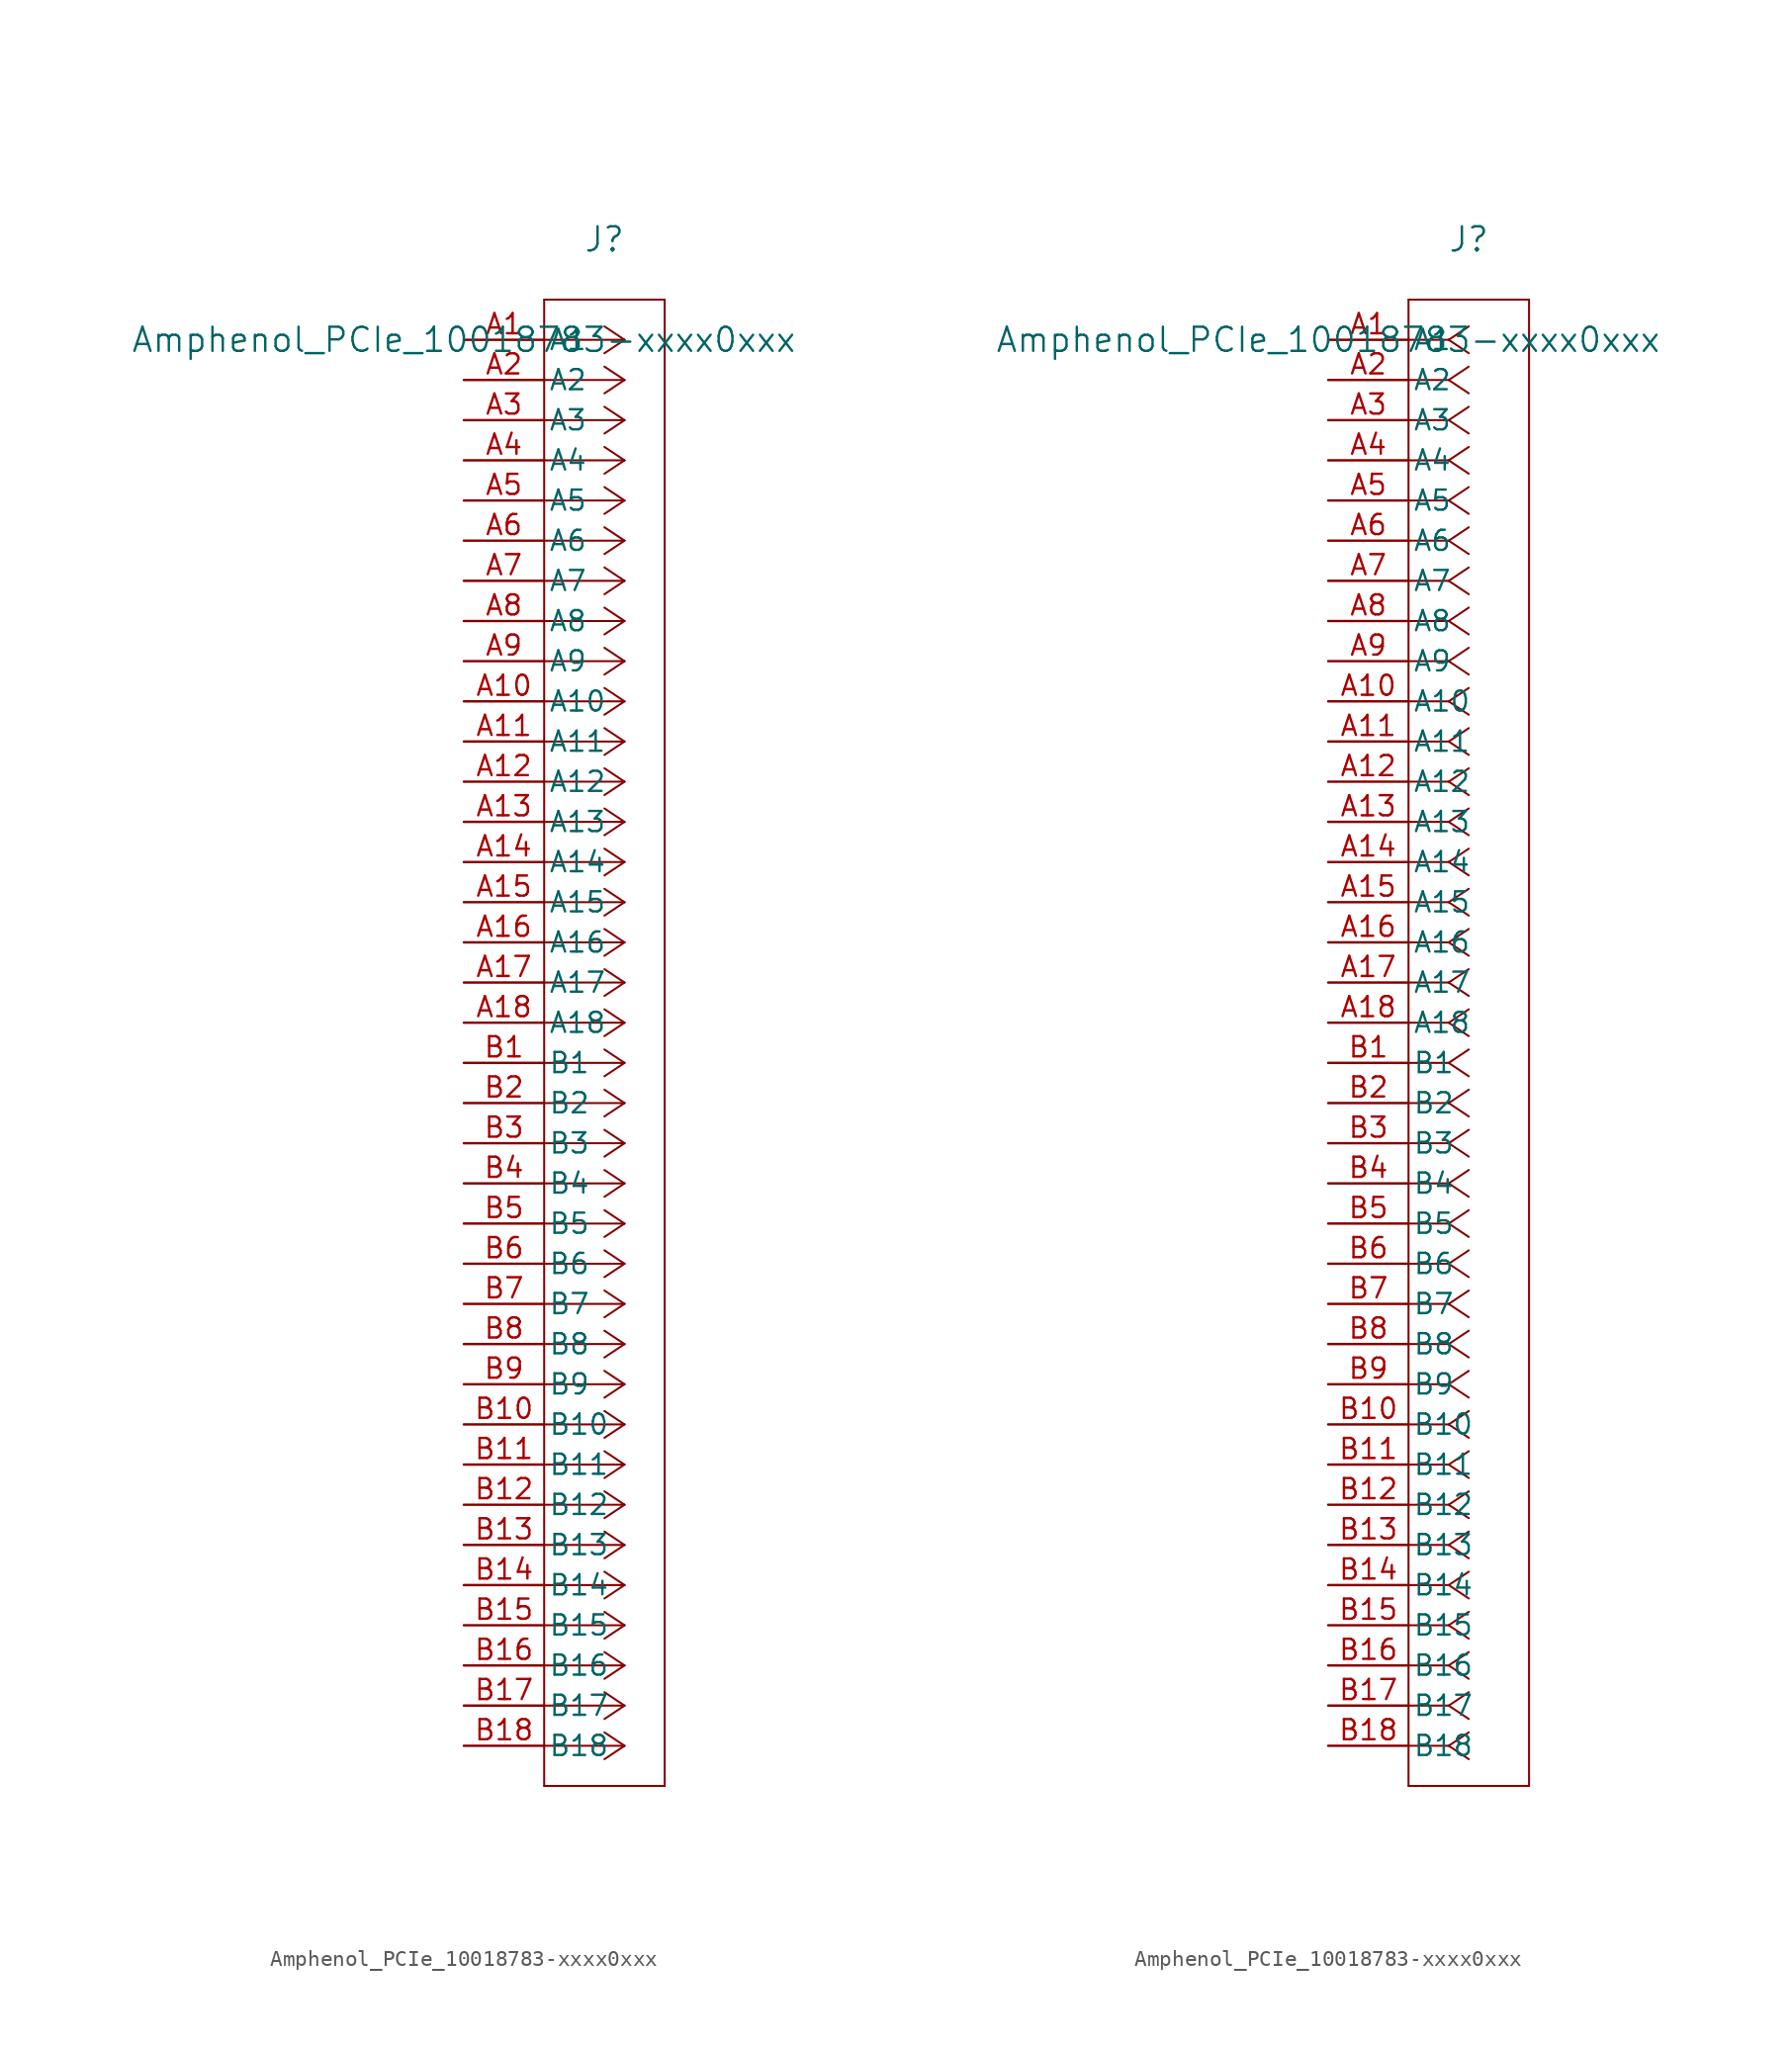
<source format=kicad_sym>
(kicad_symbol_lib
  (version 20241209)
  (generator "kicad_symbol_editor")
  (generator_version "9.0")
  (symbol "Amphenol_PCIe_10018783-xxxx0xxx"
    (pin_names
      (offset 0.254))
    (property "Reference" "J"
      (at 8.89 6.35 0)
      (effects (font (size 1.524 1.524))))
    (property "Value" "Amphenol_PCIe_10018783-xxxx0xxx"
      (at 0 0 0)
      (effects (font (size 1.524 1.524))))
    (property "ki_locked" ""
      (at 0 0 0)
      (effects (font (size 1.27 1.27))))
    (symbol "Amphenol_PCIe_10018783-xxxx0xxx_1_1"
      (polyline (pts (xy 5.08 2.54) (xy 5.08 -91.44)) (stroke (width 0.127) (type default)) (fill (type none)))
      (polyline (pts (xy 5.08 -91.44) (xy 12.7 -91.44)) (stroke (width 0.127) (type default)) (fill (type none)))
      (polyline (pts (xy 10.16 0) (xy 5.08 0)) (stroke (width 0.127) (type default)) (fill (type none)))
      (polyline (pts (xy 10.16 0) (xy 8.89 0.847)) (stroke (width 0.127) (type default)) (fill (type none)))
      (polyline (pts (xy 10.16 0) (xy 8.89 -0.847)) (stroke (width 0.127) (type default)) (fill (type none)))
      (polyline (pts (xy 10.16 -2.54) (xy 5.08 -2.54)) (stroke (width 0.127) (type default)) (fill (type none)))
      (polyline (pts (xy 10.16 -2.54) (xy 8.89 -1.693)) (stroke (width 0.127) (type default)) (fill (type none)))
      (polyline (pts (xy 10.16 -2.54) (xy 8.89 -3.387)) (stroke (width 0.127) (type default)) (fill (type none)))
      (polyline (pts (xy 10.16 -5.08) (xy 5.08 -5.08)) (stroke (width 0.127) (type default)) (fill (type none)))
      (polyline (pts (xy 10.16 -5.08) (xy 8.89 -4.233)) (stroke (width 0.127) (type default)) (fill (type none)))
      (polyline (pts (xy 10.16 -5.08) (xy 8.89 -5.927)) (stroke (width 0.127) (type default)) (fill (type none)))
      (polyline (pts (xy 10.16 -7.62) (xy 5.08 -7.62)) (stroke (width 0.127) (type default)) (fill (type none)))
      (polyline (pts (xy 10.16 -7.62) (xy 8.89 -6.773)) (stroke (width 0.127) (type default)) (fill (type none)))
      (polyline (pts (xy 10.16 -7.62) (xy 8.89 -8.467)) (stroke (width 0.127) (type default)) (fill (type none)))
      (polyline (pts (xy 10.16 -10.16) (xy 5.08 -10.16)) (stroke (width 0.127) (type default)) (fill (type none)))
      (polyline (pts (xy 10.16 -10.16) (xy 8.89 -9.313)) (stroke (width 0.127) (type default)) (fill (type none)))
      (polyline (pts (xy 10.16 -10.16) (xy 8.89 -11.007)) (stroke (width 0.127) (type default)) (fill (type none)))
      (polyline (pts (xy 10.16 -12.7) (xy 5.08 -12.7)) (stroke (width 0.127) (type default)) (fill (type none)))
      (polyline (pts (xy 10.16 -12.7) (xy 8.89 -11.853)) (stroke (width 0.127) (type default)) (fill (type none)))
      (polyline (pts (xy 10.16 -12.7) (xy 8.89 -13.547)) (stroke (width 0.127) (type default)) (fill (type none)))
      (polyline (pts (xy 10.16 -15.24) (xy 5.08 -15.24)) (stroke (width 0.127) (type default)) (fill (type none)))
      (polyline (pts (xy 10.16 -15.24) (xy 8.89 -14.393)) (stroke (width 0.127) (type default)) (fill (type none)))
      (polyline (pts (xy 10.16 -15.24) (xy 8.89 -16.087)) (stroke (width 0.127) (type default)) (fill (type none)))
      (polyline (pts (xy 10.16 -17.78) (xy 5.08 -17.78)) (stroke (width 0.127) (type default)) (fill (type none)))
      (polyline (pts (xy 10.16 -17.78) (xy 8.89 -16.933)) (stroke (width 0.127) (type default)) (fill (type none)))
      (polyline (pts (xy 10.16 -17.78) (xy 8.89 -18.627)) (stroke (width 0.127) (type default)) (fill (type none)))
      (polyline (pts (xy 10.16 -20.32) (xy 5.08 -20.32)) (stroke (width 0.127) (type default)) (fill (type none)))
      (polyline (pts (xy 10.16 -20.32) (xy 8.89 -19.473)) (stroke (width 0.127) (type default)) (fill (type none)))
      (polyline (pts (xy 10.16 -20.32) (xy 8.89 -21.167)) (stroke (width 0.127) (type default)) (fill (type none)))
      (polyline (pts (xy 10.16 -22.86) (xy 5.08 -22.86)) (stroke (width 0.127) (type default)) (fill (type none)))
      (polyline (pts (xy 10.16 -22.86) (xy 8.89 -22.013)) (stroke (width 0.127) (type default)) (fill (type none)))
      (polyline (pts (xy 10.16 -22.86) (xy 8.89 -23.707)) (stroke (width 0.127) (type default)) (fill (type none)))
      (polyline (pts (xy 10.16 -25.4) (xy 5.08 -25.4)) (stroke (width 0.127) (type default)) (fill (type none)))
      (polyline (pts (xy 10.16 -25.4) (xy 8.89 -24.553)) (stroke (width 0.127) (type default)) (fill (type none)))
      (polyline (pts (xy 10.16 -25.4) (xy 8.89 -26.247)) (stroke (width 0.127) (type default)) (fill (type none)))
      (polyline (pts (xy 10.16 -27.94) (xy 5.08 -27.94)) (stroke (width 0.127) (type default)) (fill (type none)))
      (polyline (pts (xy 10.16 -27.94) (xy 8.89 -27.093)) (stroke (width 0.127) (type default)) (fill (type none)))
      (polyline (pts (xy 10.16 -27.94) (xy 8.89 -28.787)) (stroke (width 0.127) (type default)) (fill (type none)))
      (polyline (pts (xy 10.16 -30.48) (xy 5.08 -30.48)) (stroke (width 0.127) (type default)) (fill (type none)))
      (polyline (pts (xy 10.16 -30.48) (xy 8.89 -29.633)) (stroke (width 0.127) (type default)) (fill (type none)))
      (polyline (pts (xy 10.16 -30.48) (xy 8.89 -31.327)) (stroke (width 0.127) (type default)) (fill (type none)))
      (polyline (pts (xy 10.16 -33.02) (xy 5.08 -33.02)) (stroke (width 0.127) (type default)) (fill (type none)))
      (polyline (pts (xy 10.16 -33.02) (xy 8.89 -32.173)) (stroke (width 0.127) (type default)) (fill (type none)))
      (polyline (pts (xy 10.16 -33.02) (xy 8.89 -33.867)) (stroke (width 0.127) (type default)) (fill (type none)))
      (polyline (pts (xy 10.16 -35.56) (xy 5.08 -35.56)) (stroke (width 0.127) (type default)) (fill (type none)))
      (polyline (pts (xy 10.16 -35.56) (xy 8.89 -34.713)) (stroke (width 0.127) (type default)) (fill (type none)))
      (polyline (pts (xy 10.16 -35.56) (xy 8.89 -36.407)) (stroke (width 0.127) (type default)) (fill (type none)))
      (polyline (pts (xy 10.16 -38.1) (xy 5.08 -38.1)) (stroke (width 0.127) (type default)) (fill (type none)))
      (polyline (pts (xy 10.16 -38.1) (xy 8.89 -37.253)) (stroke (width 0.127) (type default)) (fill (type none)))
      (polyline (pts (xy 10.16 -38.1) (xy 8.89 -38.947)) (stroke (width 0.127) (type default)) (fill (type none)))
      (polyline (pts (xy 10.16 -40.64) (xy 5.08 -40.64)) (stroke (width 0.127) (type default)) (fill (type none)))
      (polyline (pts (xy 10.16 -40.64) (xy 8.89 -39.793)) (stroke (width 0.127) (type default)) (fill (type none)))
      (polyline (pts (xy 10.16 -40.64) (xy 8.89 -41.487)) (stroke (width 0.127) (type default)) (fill (type none)))
      (polyline (pts (xy 10.16 -43.18) (xy 5.08 -43.18)) (stroke (width 0.127) (type default)) (fill (type none)))
      (polyline (pts (xy 10.16 -43.18) (xy 8.89 -42.333)) (stroke (width 0.127) (type default)) (fill (type none)))
      (polyline (pts (xy 10.16 -43.18) (xy 8.89 -44.027)) (stroke (width 0.127) (type default)) (fill (type none)))
      (polyline (pts (xy 10.16 -45.72) (xy 5.08 -45.72)) (stroke (width 0.127) (type default)) (fill (type none)))
      (polyline (pts (xy 10.16 -45.72) (xy 8.89 -44.873)) (stroke (width 0.127) (type default)) (fill (type none)))
      (polyline (pts (xy 10.16 -45.72) (xy 8.89 -46.567)) (stroke (width 0.127) (type default)) (fill (type none)))
      (polyline (pts (xy 10.16 -48.26) (xy 5.08 -48.26)) (stroke (width 0.127) (type default)) (fill (type none)))
      (polyline (pts (xy 10.16 -48.26) (xy 8.89 -47.413)) (stroke (width 0.127) (type default)) (fill (type none)))
      (polyline (pts (xy 10.16 -48.26) (xy 8.89 -49.107)) (stroke (width 0.127) (type default)) (fill (type none)))
      (polyline (pts (xy 10.16 -50.8) (xy 5.08 -50.8)) (stroke (width 0.127) (type default)) (fill (type none)))
      (polyline (pts (xy 10.16 -50.8) (xy 8.89 -49.953)) (stroke (width 0.127) (type default)) (fill (type none)))
      (polyline (pts (xy 10.16 -50.8) (xy 8.89 -51.647)) (stroke (width 0.127) (type default)) (fill (type none)))
      (polyline (pts (xy 10.16 -53.34) (xy 5.08 -53.34)) (stroke (width 0.127) (type default)) (fill (type none)))
      (polyline (pts (xy 10.16 -53.34) (xy 8.89 -52.493)) (stroke (width 0.127) (type default)) (fill (type none)))
      (polyline (pts (xy 10.16 -53.34) (xy 8.89 -54.187)) (stroke (width 0.127) (type default)) (fill (type none)))
      (polyline (pts (xy 10.16 -55.88) (xy 5.08 -55.88)) (stroke (width 0.127) (type default)) (fill (type none)))
      (polyline (pts (xy 10.16 -55.88) (xy 8.89 -55.033)) (stroke (width 0.127) (type default)) (fill (type none)))
      (polyline (pts (xy 10.16 -55.88) (xy 8.89 -56.727)) (stroke (width 0.127) (type default)) (fill (type none)))
      (polyline (pts (xy 10.16 -58.42) (xy 5.08 -58.42)) (stroke (width 0.127) (type default)) (fill (type none)))
      (polyline (pts (xy 10.16 -58.42) (xy 8.89 -57.573)) (stroke (width 0.127) (type default)) (fill (type none)))
      (polyline (pts (xy 10.16 -58.42) (xy 8.89 -59.267)) (stroke (width 0.127) (type default)) (fill (type none)))
      (polyline (pts (xy 10.16 -60.96) (xy 5.08 -60.96)) (stroke (width 0.127) (type default)) (fill (type none)))
      (polyline (pts (xy 10.16 -60.96) (xy 8.89 -60.113)) (stroke (width 0.127) (type default)) (fill (type none)))
      (polyline (pts (xy 10.16 -60.96) (xy 8.89 -61.807)) (stroke (width 0.127) (type default)) (fill (type none)))
      (polyline (pts (xy 10.16 -63.5) (xy 5.08 -63.5)) (stroke (width 0.127) (type default)) (fill (type none)))
      (polyline (pts (xy 10.16 -63.5) (xy 8.89 -62.653)) (stroke (width 0.127) (type default)) (fill (type none)))
      (polyline (pts (xy 10.16 -63.5) (xy 8.89 -64.347)) (stroke (width 0.127) (type default)) (fill (type none)))
      (polyline (pts (xy 10.16 -66.04) (xy 5.08 -66.04)) (stroke (width 0.127) (type default)) (fill (type none)))
      (polyline (pts (xy 10.16 -66.04) (xy 8.89 -65.193)) (stroke (width 0.127) (type default)) (fill (type none)))
      (polyline (pts (xy 10.16 -66.04) (xy 8.89 -66.887)) (stroke (width 0.127) (type default)) (fill (type none)))
      (polyline (pts (xy 10.16 -68.58) (xy 5.08 -68.58)) (stroke (width 0.127) (type default)) (fill (type none)))
      (polyline (pts (xy 10.16 -68.58) (xy 8.89 -67.733)) (stroke (width 0.127) (type default)) (fill (type none)))
      (polyline (pts (xy 10.16 -68.58) (xy 8.89 -69.427)) (stroke (width 0.127) (type default)) (fill (type none)))
      (polyline (pts (xy 10.16 -71.12) (xy 5.08 -71.12)) (stroke (width 0.127) (type default)) (fill (type none)))
      (polyline (pts (xy 10.16 -71.12) (xy 8.89 -70.273)) (stroke (width 0.127) (type default)) (fill (type none)))
      (polyline (pts (xy 10.16 -71.12) (xy 8.89 -71.967)) (stroke (width 0.127) (type default)) (fill (type none)))
      (polyline (pts (xy 10.16 -73.66) (xy 5.08 -73.66)) (stroke (width 0.127) (type default)) (fill (type none)))
      (polyline (pts (xy 10.16 -73.66) (xy 8.89 -72.813)) (stroke (width 0.127) (type default)) (fill (type none)))
      (polyline (pts (xy 10.16 -73.66) (xy 8.89 -74.507)) (stroke (width 0.127) (type default)) (fill (type none)))
      (polyline (pts (xy 10.16 -76.2) (xy 5.08 -76.2)) (stroke (width 0.127) (type default)) (fill (type none)))
      (polyline (pts (xy 10.16 -76.2) (xy 8.89 -75.353)) (stroke (width 0.127) (type default)) (fill (type none)))
      (polyline (pts (xy 10.16 -76.2) (xy 8.89 -77.047)) (stroke (width 0.127) (type default)) (fill (type none)))
      (polyline (pts (xy 10.16 -78.74) (xy 5.08 -78.74)) (stroke (width 0.127) (type default)) (fill (type none)))
      (polyline (pts (xy 10.16 -78.74) (xy 8.89 -77.893)) (stroke (width 0.127) (type default)) (fill (type none)))
      (polyline (pts (xy 10.16 -78.74) (xy 8.89 -79.587)) (stroke (width 0.127) (type default)) (fill (type none)))
      (polyline (pts (xy 10.16 -81.28) (xy 5.08 -81.28)) (stroke (width 0.127) (type default)) (fill (type none)))
      (polyline (pts (xy 10.16 -81.28) (xy 8.89 -80.433)) (stroke (width 0.127) (type default)) (fill (type none)))
      (polyline (pts (xy 10.16 -81.28) (xy 8.89 -82.127)) (stroke (width 0.127) (type default)) (fill (type none)))
      (polyline (pts (xy 10.16 -83.82) (xy 5.08 -83.82)) (stroke (width 0.127) (type default)) (fill (type none)))
      (polyline (pts (xy 10.16 -83.82) (xy 8.89 -82.973)) (stroke (width 0.127) (type default)) (fill (type none)))
      (polyline (pts (xy 10.16 -83.82) (xy 8.89 -84.667)) (stroke (width 0.127) (type default)) (fill (type none)))
      (polyline (pts (xy 10.16 -86.36) (xy 5.08 -86.36)) (stroke (width 0.127) (type default)) (fill (type none)))
      (polyline (pts (xy 10.16 -86.36) (xy 8.89 -85.513)) (stroke (width 0.127) (type default)) (fill (type none)))
      (polyline (pts (xy 10.16 -86.36) (xy 8.89 -87.207)) (stroke (width 0.127) (type default)) (fill (type none)))
      (polyline (pts (xy 10.16 -88.9) (xy 5.08 -88.9)) (stroke (width 0.127) (type default)) (fill (type none)))
      (polyline (pts (xy 10.16 -88.9) (xy 8.89 -88.053)) (stroke (width 0.127) (type default)) (fill (type none)))
      (polyline (pts (xy 10.16 -88.9) (xy 8.89 -89.747)) (stroke (width 0.127) (type default)) (fill (type none)))
      (polyline (pts (xy 12.7 2.54) (xy 5.08 2.54)) (stroke (width 0.127) (type default)) (fill (type none)))
      (polyline (pts (xy 12.7 -91.44) (xy 12.7 2.54)) (stroke (width 0.127) (type default)) (fill (type none)))
      (pin unspecified line (at 0 0 0) (length 5.08) (name "A1" (effects (font (size 1.27 1.27)))) (number "A1" (effects (font (size 1.27 1.27)))))
      (pin unspecified line (at 0 -2.54 0) (length 5.08) (name "A2" (effects (font (size 1.27 1.27)))) (number "A2" (effects (font (size 1.27 1.27)))))
      (pin unspecified line (at 0 -5.08 0) (length 5.08) (name "A3" (effects (font (size 1.27 1.27)))) (number "A3" (effects (font (size 1.27 1.27)))))
      (pin unspecified line (at 0 -7.62 0) (length 5.08) (name "A4" (effects (font (size 1.27 1.27)))) (number "A4" (effects (font (size 1.27 1.27)))))
      (pin unspecified line (at 0 -10.16 0) (length 5.08) (name "A5" (effects (font (size 1.27 1.27)))) (number "A5" (effects (font (size 1.27 1.27)))))
      (pin unspecified line (at 0 -12.7 0) (length 5.08) (name "A6" (effects (font (size 1.27 1.27)))) (number "A6" (effects (font (size 1.27 1.27)))))
      (pin unspecified line (at 0 -15.24 0) (length 5.08) (name "A7" (effects (font (size 1.27 1.27)))) (number "A7" (effects (font (size 1.27 1.27)))))
      (pin unspecified line (at 0 -17.78 0) (length 5.08) (name "A8" (effects (font (size 1.27 1.27)))) (number "A8" (effects (font (size 1.27 1.27)))))
      (pin unspecified line (at 0 -20.32 0) (length 5.08) (name "A9" (effects (font (size 1.27 1.27)))) (number "A9" (effects (font (size 1.27 1.27)))))
      (pin unspecified line (at 0 -22.86 0) (length 5.08) (name "A10" (effects (font (size 1.27 1.27)))) (number "A10" (effects (font (size 1.27 1.27)))))
      (pin unspecified line (at 0 -25.4 0) (length 5.08) (name "A11" (effects (font (size 1.27 1.27)))) (number "A11" (effects (font (size 1.27 1.27)))))
      (pin unspecified line (at 0 -27.94 0) (length 5.08) (name "A12" (effects (font (size 1.27 1.27)))) (number "A12" (effects (font (size 1.27 1.27)))))
      (pin unspecified line (at 0 -30.48 0) (length 5.08) (name "A13" (effects (font (size 1.27 1.27)))) (number "A13" (effects (font (size 1.27 1.27)))))
      (pin unspecified line (at 0 -33.02 0) (length 5.08) (name "A14" (effects (font (size 1.27 1.27)))) (number "A14" (effects (font (size 1.27 1.27)))))
      (pin unspecified line (at 0 -35.56 0) (length 5.08) (name "A15" (effects (font (size 1.27 1.27)))) (number "A15" (effects (font (size 1.27 1.27)))))
      (pin unspecified line (at 0 -38.1 0) (length 5.08) (name "A16" (effects (font (size 1.27 1.27)))) (number "A16" (effects (font (size 1.27 1.27)))))
      (pin unspecified line (at 0 -40.64 0) (length 5.08) (name "A17" (effects (font (size 1.27 1.27)))) (number "A17" (effects (font (size 1.27 1.27)))))
      (pin unspecified line (at 0 -43.18 0) (length 5.08) (name "A18" (effects (font (size 1.27 1.27)))) (number "A18" (effects (font (size 1.27 1.27)))))
      (pin unspecified line (at 0 -45.72 0) (length 5.08) (name "B1" (effects (font (size 1.27 1.27)))) (number "B1" (effects (font (size 1.27 1.27)))))
      (pin unspecified line (at 0 -48.26 0) (length 5.08) (name "B2" (effects (font (size 1.27 1.27)))) (number "B2" (effects (font (size 1.27 1.27)))))
      (pin unspecified line (at 0 -50.8 0) (length 5.08) (name "B3" (effects (font (size 1.27 1.27)))) (number "B3" (effects (font (size 1.27 1.27)))))
      (pin unspecified line (at 0 -53.34 0) (length 5.08) (name "B4" (effects (font (size 1.27 1.27)))) (number "B4" (effects (font (size 1.27 1.27)))))
      (pin unspecified line (at 0 -55.88 0) (length 5.08) (name "B5" (effects (font (size 1.27 1.27)))) (number "B5" (effects (font (size 1.27 1.27)))))
      (pin unspecified line (at 0 -58.42 0) (length 5.08) (name "B6" (effects (font (size 1.27 1.27)))) (number "B6" (effects (font (size 1.27 1.27)))))
      (pin unspecified line (at 0 -60.96 0) (length 5.08) (name "B7" (effects (font (size 1.27 1.27)))) (number "B7" (effects (font (size 1.27 1.27)))))
      (pin unspecified line (at 0 -63.5 0) (length 5.08) (name "B8" (effects (font (size 1.27 1.27)))) (number "B8" (effects (font (size 1.27 1.27)))))
      (pin unspecified line (at 0 -66.04 0) (length 5.08) (name "B9" (effects (font (size 1.27 1.27)))) (number "B9" (effects (font (size 1.27 1.27)))))
      (pin unspecified line (at 0 -68.58 0) (length 5.08) (name "B10" (effects (font (size 1.27 1.27)))) (number "B10" (effects (font (size 1.27 1.27)))))
      (pin unspecified line (at 0 -71.12 0) (length 5.08) (name "B11" (effects (font (size 1.27 1.27)))) (number "B11" (effects (font (size 1.27 1.27)))))
      (pin unspecified line (at 0 -73.66 0) (length 5.08) (name "B12" (effects (font (size 1.27 1.27)))) (number "B12" (effects (font (size 1.27 1.27)))))
      (pin unspecified line (at 0 -76.2 0) (length 5.08) (name "B13" (effects (font (size 1.27 1.27)))) (number "B13" (effects (font (size 1.27 1.27)))))
      (pin unspecified line (at 0 -78.74 0) (length 5.08) (name "B14" (effects (font (size 1.27 1.27)))) (number "B14" (effects (font (size 1.27 1.27)))))
      (pin unspecified line (at 0 -81.28 0) (length 5.08) (name "B15" (effects (font (size 1.27 1.27)))) (number "B15" (effects (font (size 1.27 1.27)))))
      (pin unspecified line (at 0 -83.82 0) (length 5.08) (name "B16" (effects (font (size 1.27 1.27)))) (number "B16" (effects (font (size 1.27 1.27)))))
      (pin unspecified line (at 0 -86.36 0) (length 5.08) (name "B17" (effects (font (size 1.27 1.27)))) (number "B17" (effects (font (size 1.27 1.27)))))
      (pin unspecified line (at 0 -88.9 0) (length 5.08) (name "B18" (effects (font (size 1.27 1.27)))) (number "B18" (effects (font (size 1.27 1.27))))))
    (symbol "Amphenol_PCIe_10018783-xxxx0xxx_1_2"
      (polyline (pts (xy 5.08 2.54) (xy 5.08 -91.44)) (stroke (width 0.127) (type default)) (fill (type none)))
      (polyline (pts (xy 5.08 -91.44) (xy 12.7 -91.44)) (stroke (width 0.127) (type default)) (fill (type none)))
      (polyline (pts (xy 7.62 0) (xy 5.08 0)) (stroke (width 0.127) (type default)) (fill (type none)))
      (polyline (pts (xy 7.62 0) (xy 8.89 0.847)) (stroke (width 0.127) (type default)) (fill (type none)))
      (polyline (pts (xy 7.62 0) (xy 8.89 -0.847)) (stroke (width 0.127) (type default)) (fill (type none)))
      (polyline (pts (xy 7.62 -2.54) (xy 5.08 -2.54)) (stroke (width 0.127) (type default)) (fill (type none)))
      (polyline (pts (xy 7.62 -2.54) (xy 8.89 -1.693)) (stroke (width 0.127) (type default)) (fill (type none)))
      (polyline (pts (xy 7.62 -2.54) (xy 8.89 -3.387)) (stroke (width 0.127) (type default)) (fill (type none)))
      (polyline (pts (xy 7.62 -5.08) (xy 5.08 -5.08)) (stroke (width 0.127) (type default)) (fill (type none)))
      (polyline (pts (xy 7.62 -5.08) (xy 8.89 -4.233)) (stroke (width 0.127) (type default)) (fill (type none)))
      (polyline (pts (xy 7.62 -5.08) (xy 8.89 -5.927)) (stroke (width 0.127) (type default)) (fill (type none)))
      (polyline (pts (xy 7.62 -7.62) (xy 5.08 -7.62)) (stroke (width 0.127) (type default)) (fill (type none)))
      (polyline (pts (xy 7.62 -7.62) (xy 8.89 -6.773)) (stroke (width 0.127) (type default)) (fill (type none)))
      (polyline (pts (xy 7.62 -7.62) (xy 8.89 -8.467)) (stroke (width 0.127) (type default)) (fill (type none)))
      (polyline (pts (xy 7.62 -10.16) (xy 5.08 -10.16)) (stroke (width 0.127) (type default)) (fill (type none)))
      (polyline (pts (xy 7.62 -10.16) (xy 8.89 -9.313)) (stroke (width 0.127) (type default)) (fill (type none)))
      (polyline (pts (xy 7.62 -10.16) (xy 8.89 -11.007)) (stroke (width 0.127) (type default)) (fill (type none)))
      (polyline (pts (xy 7.62 -12.7) (xy 5.08 -12.7)) (stroke (width 0.127) (type default)) (fill (type none)))
      (polyline (pts (xy 7.62 -12.7) (xy 8.89 -11.853)) (stroke (width 0.127) (type default)) (fill (type none)))
      (polyline (pts (xy 7.62 -12.7) (xy 8.89 -13.547)) (stroke (width 0.127) (type default)) (fill (type none)))
      (polyline (pts (xy 7.62 -15.24) (xy 5.08 -15.24)) (stroke (width 0.127) (type default)) (fill (type none)))
      (polyline (pts (xy 7.62 -15.24) (xy 8.89 -14.393)) (stroke (width 0.127) (type default)) (fill (type none)))
      (polyline (pts (xy 7.62 -15.24) (xy 8.89 -16.087)) (stroke (width 0.127) (type default)) (fill (type none)))
      (polyline (pts (xy 7.62 -17.78) (xy 5.08 -17.78)) (stroke (width 0.127) (type default)) (fill (type none)))
      (polyline (pts (xy 7.62 -17.78) (xy 8.89 -16.933)) (stroke (width 0.127) (type default)) (fill (type none)))
      (polyline (pts (xy 7.62 -17.78) (xy 8.89 -18.627)) (stroke (width 0.127) (type default)) (fill (type none)))
      (polyline (pts (xy 7.62 -20.32) (xy 5.08 -20.32)) (stroke (width 0.127) (type default)) (fill (type none)))
      (polyline (pts (xy 7.62 -20.32) (xy 8.89 -19.473)) (stroke (width 0.127) (type default)) (fill (type none)))
      (polyline (pts (xy 7.62 -20.32) (xy 8.89 -21.167)) (stroke (width 0.127) (type default)) (fill (type none)))
      (polyline (pts (xy 7.62 -22.86) (xy 5.08 -22.86)) (stroke (width 0.127) (type default)) (fill (type none)))
      (polyline (pts (xy 7.62 -22.86) (xy 8.89 -22.013)) (stroke (width 0.127) (type default)) (fill (type none)))
      (polyline (pts (xy 7.62 -22.86) (xy 8.89 -23.707)) (stroke (width 0.127) (type default)) (fill (type none)))
      (polyline (pts (xy 7.62 -25.4) (xy 5.08 -25.4)) (stroke (width 0.127) (type default)) (fill (type none)))
      (polyline (pts (xy 7.62 -25.4) (xy 8.89 -24.553)) (stroke (width 0.127) (type default)) (fill (type none)))
      (polyline (pts (xy 7.62 -25.4) (xy 8.89 -26.247)) (stroke (width 0.127) (type default)) (fill (type none)))
      (polyline (pts (xy 7.62 -27.94) (xy 5.08 -27.94)) (stroke (width 0.127) (type default)) (fill (type none)))
      (polyline (pts (xy 7.62 -27.94) (xy 8.89 -27.093)) (stroke (width 0.127) (type default)) (fill (type none)))
      (polyline (pts (xy 7.62 -27.94) (xy 8.89 -28.787)) (stroke (width 0.127) (type default)) (fill (type none)))
      (polyline (pts (xy 7.62 -30.48) (xy 5.08 -30.48)) (stroke (width 0.127) (type default)) (fill (type none)))
      (polyline (pts (xy 7.62 -30.48) (xy 8.89 -29.633)) (stroke (width 0.127) (type default)) (fill (type none)))
      (polyline (pts (xy 7.62 -30.48) (xy 8.89 -31.327)) (stroke (width 0.127) (type default)) (fill (type none)))
      (polyline (pts (xy 7.62 -33.02) (xy 5.08 -33.02)) (stroke (width 0.127) (type default)) (fill (type none)))
      (polyline (pts (xy 7.62 -33.02) (xy 8.89 -32.173)) (stroke (width 0.127) (type default)) (fill (type none)))
      (polyline (pts (xy 7.62 -33.02) (xy 8.89 -33.867)) (stroke (width 0.127) (type default)) (fill (type none)))
      (polyline (pts (xy 7.62 -35.56) (xy 5.08 -35.56)) (stroke (width 0.127) (type default)) (fill (type none)))
      (polyline (pts (xy 7.62 -35.56) (xy 8.89 -34.713)) (stroke (width 0.127) (type default)) (fill (type none)))
      (polyline (pts (xy 7.62 -35.56) (xy 8.89 -36.407)) (stroke (width 0.127) (type default)) (fill (type none)))
      (polyline (pts (xy 7.62 -38.1) (xy 5.08 -38.1)) (stroke (width 0.127) (type default)) (fill (type none)))
      (polyline (pts (xy 7.62 -38.1) (xy 8.89 -37.253)) (stroke (width 0.127) (type default)) (fill (type none)))
      (polyline (pts (xy 7.62 -38.1) (xy 8.89 -38.947)) (stroke (width 0.127) (type default)) (fill (type none)))
      (polyline (pts (xy 7.62 -40.64) (xy 5.08 -40.64)) (stroke (width 0.127) (type default)) (fill (type none)))
      (polyline (pts (xy 7.62 -40.64) (xy 8.89 -39.793)) (stroke (width 0.127) (type default)) (fill (type none)))
      (polyline (pts (xy 7.62 -40.64) (xy 8.89 -41.487)) (stroke (width 0.127) (type default)) (fill (type none)))
      (polyline (pts (xy 7.62 -43.18) (xy 5.08 -43.18)) (stroke (width 0.127) (type default)) (fill (type none)))
      (polyline (pts (xy 7.62 -43.18) (xy 8.89 -42.333)) (stroke (width 0.127) (type default)) (fill (type none)))
      (polyline (pts (xy 7.62 -43.18) (xy 8.89 -44.027)) (stroke (width 0.127) (type default)) (fill (type none)))
      (polyline (pts (xy 7.62 -45.72) (xy 5.08 -45.72)) (stroke (width 0.127) (type default)) (fill (type none)))
      (polyline (pts (xy 7.62 -45.72) (xy 8.89 -44.873)) (stroke (width 0.127) (type default)) (fill (type none)))
      (polyline (pts (xy 7.62 -45.72) (xy 8.89 -46.567)) (stroke (width 0.127) (type default)) (fill (type none)))
      (polyline (pts (xy 7.62 -48.26) (xy 5.08 -48.26)) (stroke (width 0.127) (type default)) (fill (type none)))
      (polyline (pts (xy 7.62 -48.26) (xy 8.89 -47.413)) (stroke (width 0.127) (type default)) (fill (type none)))
      (polyline (pts (xy 7.62 -48.26) (xy 8.89 -49.107)) (stroke (width 0.127) (type default)) (fill (type none)))
      (polyline (pts (xy 7.62 -50.8) (xy 5.08 -50.8)) (stroke (width 0.127) (type default)) (fill (type none)))
      (polyline (pts (xy 7.62 -50.8) (xy 8.89 -49.953)) (stroke (width 0.127) (type default)) (fill (type none)))
      (polyline (pts (xy 7.62 -50.8) (xy 8.89 -51.647)) (stroke (width 0.127) (type default)) (fill (type none)))
      (polyline (pts (xy 7.62 -53.34) (xy 5.08 -53.34)) (stroke (width 0.127) (type default)) (fill (type none)))
      (polyline (pts (xy 7.62 -53.34) (xy 8.89 -52.493)) (stroke (width 0.127) (type default)) (fill (type none)))
      (polyline (pts (xy 7.62 -53.34) (xy 8.89 -54.187)) (stroke (width 0.127) (type default)) (fill (type none)))
      (polyline (pts (xy 7.62 -55.88) (xy 5.08 -55.88)) (stroke (width 0.127) (type default)) (fill (type none)))
      (polyline (pts (xy 7.62 -55.88) (xy 8.89 -55.033)) (stroke (width 0.127) (type default)) (fill (type none)))
      (polyline (pts (xy 7.62 -55.88) (xy 8.89 -56.727)) (stroke (width 0.127) (type default)) (fill (type none)))
      (polyline (pts (xy 7.62 -58.42) (xy 5.08 -58.42)) (stroke (width 0.127) (type default)) (fill (type none)))
      (polyline (pts (xy 7.62 -58.42) (xy 8.89 -57.573)) (stroke (width 0.127) (type default)) (fill (type none)))
      (polyline (pts (xy 7.62 -58.42) (xy 8.89 -59.267)) (stroke (width 0.127) (type default)) (fill (type none)))
      (polyline (pts (xy 7.62 -60.96) (xy 5.08 -60.96)) (stroke (width 0.127) (type default)) (fill (type none)))
      (polyline (pts (xy 7.62 -60.96) (xy 8.89 -60.113)) (stroke (width 0.127) (type default)) (fill (type none)))
      (polyline (pts (xy 7.62 -60.96) (xy 8.89 -61.807)) (stroke (width 0.127) (type default)) (fill (type none)))
      (polyline (pts (xy 7.62 -63.5) (xy 5.08 -63.5)) (stroke (width 0.127) (type default)) (fill (type none)))
      (polyline (pts (xy 7.62 -63.5) (xy 8.89 -62.653)) (stroke (width 0.127) (type default)) (fill (type none)))
      (polyline (pts (xy 7.62 -63.5) (xy 8.89 -64.347)) (stroke (width 0.127) (type default)) (fill (type none)))
      (polyline (pts (xy 7.62 -66.04) (xy 5.08 -66.04)) (stroke (width 0.127) (type default)) (fill (type none)))
      (polyline (pts (xy 7.62 -66.04) (xy 8.89 -65.193)) (stroke (width 0.127) (type default)) (fill (type none)))
      (polyline (pts (xy 7.62 -66.04) (xy 8.89 -66.887)) (stroke (width 0.127) (type default)) (fill (type none)))
      (polyline (pts (xy 7.62 -68.58) (xy 5.08 -68.58)) (stroke (width 0.127) (type default)) (fill (type none)))
      (polyline (pts (xy 7.62 -68.58) (xy 8.89 -67.733)) (stroke (width 0.127) (type default)) (fill (type none)))
      (polyline (pts (xy 7.62 -68.58) (xy 8.89 -69.427)) (stroke (width 0.127) (type default)) (fill (type none)))
      (polyline (pts (xy 7.62 -71.12) (xy 5.08 -71.12)) (stroke (width 0.127) (type default)) (fill (type none)))
      (polyline (pts (xy 7.62 -71.12) (xy 8.89 -70.273)) (stroke (width 0.127) (type default)) (fill (type none)))
      (polyline (pts (xy 7.62 -71.12) (xy 8.89 -71.967)) (stroke (width 0.127) (type default)) (fill (type none)))
      (polyline (pts (xy 7.62 -73.66) (xy 5.08 -73.66)) (stroke (width 0.127) (type default)) (fill (type none)))
      (polyline (pts (xy 7.62 -73.66) (xy 8.89 -72.813)) (stroke (width 0.127) (type default)) (fill (type none)))
      (polyline (pts (xy 7.62 -73.66) (xy 8.89 -74.507)) (stroke (width 0.127) (type default)) (fill (type none)))
      (polyline (pts (xy 7.62 -76.2) (xy 5.08 -76.2)) (stroke (width 0.127) (type default)) (fill (type none)))
      (polyline (pts (xy 7.62 -76.2) (xy 8.89 -75.353)) (stroke (width 0.127) (type default)) (fill (type none)))
      (polyline (pts (xy 7.62 -76.2) (xy 8.89 -77.047)) (stroke (width 0.127) (type default)) (fill (type none)))
      (polyline (pts (xy 7.62 -78.74) (xy 5.08 -78.74)) (stroke (width 0.127) (type default)) (fill (type none)))
      (polyline (pts (xy 7.62 -78.74) (xy 8.89 -77.893)) (stroke (width 0.127) (type default)) (fill (type none)))
      (polyline (pts (xy 7.62 -78.74) (xy 8.89 -79.587)) (stroke (width 0.127) (type default)) (fill (type none)))
      (polyline (pts (xy 7.62 -81.28) (xy 5.08 -81.28)) (stroke (width 0.127) (type default)) (fill (type none)))
      (polyline (pts (xy 7.62 -81.28) (xy 8.89 -80.433)) (stroke (width 0.127) (type default)) (fill (type none)))
      (polyline (pts (xy 7.62 -81.28) (xy 8.89 -82.127)) (stroke (width 0.127) (type default)) (fill (type none)))
      (polyline (pts (xy 7.62 -83.82) (xy 5.08 -83.82)) (stroke (width 0.127) (type default)) (fill (type none)))
      (polyline (pts (xy 7.62 -83.82) (xy 8.89 -82.973)) (stroke (width 0.127) (type default)) (fill (type none)))
      (polyline (pts (xy 7.62 -83.82) (xy 8.89 -84.667)) (stroke (width 0.127) (type default)) (fill (type none)))
      (polyline (pts (xy 7.62 -86.36) (xy 5.08 -86.36)) (stroke (width 0.127) (type default)) (fill (type none)))
      (polyline (pts (xy 7.62 -86.36) (xy 8.89 -85.513)) (stroke (width 0.127) (type default)) (fill (type none)))
      (polyline (pts (xy 7.62 -86.36) (xy 8.89 -87.207)) (stroke (width 0.127) (type default)) (fill (type none)))
      (polyline (pts (xy 7.62 -88.9) (xy 5.08 -88.9)) (stroke (width 0.127) (type default)) (fill (type none)))
      (polyline (pts (xy 7.62 -88.9) (xy 8.89 -88.053)) (stroke (width 0.127) (type default)) (fill (type none)))
      (polyline (pts (xy 7.62 -88.9) (xy 8.89 -89.747)) (stroke (width 0.127) (type default)) (fill (type none)))
      (polyline (pts (xy 12.7 2.54) (xy 5.08 2.54)) (stroke (width 0.127) (type default)) (fill (type none)))
      (polyline (pts (xy 12.7 -91.44) (xy 12.7 2.54)) (stroke (width 0.127) (type default)) (fill (type none)))
      (pin unspecified line (at 0 0 0) (length 5.08) (name "A1" (effects (font (size 1.27 1.27)))) (number "A1" (effects (font (size 1.27 1.27)))))
      (pin unspecified line (at 0 -2.54 0) (length 5.08) (name "A2" (effects (font (size 1.27 1.27)))) (number "A2" (effects (font (size 1.27 1.27)))))
      (pin unspecified line (at 0 -5.08 0) (length 5.08) (name "A3" (effects (font (size 1.27 1.27)))) (number "A3" (effects (font (size 1.27 1.27)))))
      (pin unspecified line (at 0 -7.62 0) (length 5.08) (name "A4" (effects (font (size 1.27 1.27)))) (number "A4" (effects (font (size 1.27 1.27)))))
      (pin unspecified line (at 0 -10.16 0) (length 5.08) (name "A5" (effects (font (size 1.27 1.27)))) (number "A5" (effects (font (size 1.27 1.27)))))
      (pin unspecified line (at 0 -12.7 0) (length 5.08) (name "A6" (effects (font (size 1.27 1.27)))) (number "A6" (effects (font (size 1.27 1.27)))))
      (pin unspecified line (at 0 -15.24 0) (length 5.08) (name "A7" (effects (font (size 1.27 1.27)))) (number "A7" (effects (font (size 1.27 1.27)))))
      (pin unspecified line (at 0 -17.78 0) (length 5.08) (name "A8" (effects (font (size 1.27 1.27)))) (number "A8" (effects (font (size 1.27 1.27)))))
      (pin unspecified line (at 0 -20.32 0) (length 5.08) (name "A9" (effects (font (size 1.27 1.27)))) (number "A9" (effects (font (size 1.27 1.27)))))
      (pin unspecified line (at 0 -22.86 0) (length 5.08) (name "A10" (effects (font (size 1.27 1.27)))) (number "A10" (effects (font (size 1.27 1.27)))))
      (pin unspecified line (at 0 -25.4 0) (length 5.08) (name "A11" (effects (font (size 1.27 1.27)))) (number "A11" (effects (font (size 1.27 1.27)))))
      (pin unspecified line (at 0 -27.94 0) (length 5.08) (name "A12" (effects (font (size 1.27 1.27)))) (number "A12" (effects (font (size 1.27 1.27)))))
      (pin unspecified line (at 0 -30.48 0) (length 5.08) (name "A13" (effects (font (size 1.27 1.27)))) (number "A13" (effects (font (size 1.27 1.27)))))
      (pin unspecified line (at 0 -33.02 0) (length 5.08) (name "A14" (effects (font (size 1.27 1.27)))) (number "A14" (effects (font (size 1.27 1.27)))))
      (pin unspecified line (at 0 -35.56 0) (length 5.08) (name "A15" (effects (font (size 1.27 1.27)))) (number "A15" (effects (font (size 1.27 1.27)))))
      (pin unspecified line (at 0 -38.1 0) (length 5.08) (name "A16" (effects (font (size 1.27 1.27)))) (number "A16" (effects (font (size 1.27 1.27)))))
      (pin unspecified line (at 0 -40.64 0) (length 5.08) (name "A17" (effects (font (size 1.27 1.27)))) (number "A17" (effects (font (size 1.27 1.27)))))
      (pin unspecified line (at 0 -43.18 0) (length 5.08) (name "A18" (effects (font (size 1.27 1.27)))) (number "A18" (effects (font (size 1.27 1.27)))))
      (pin unspecified line (at 0 -45.72 0) (length 5.08) (name "B1" (effects (font (size 1.27 1.27)))) (number "B1" (effects (font (size 1.27 1.27)))))
      (pin unspecified line (at 0 -48.26 0) (length 5.08) (name "B2" (effects (font (size 1.27 1.27)))) (number "B2" (effects (font (size 1.27 1.27)))))
      (pin unspecified line (at 0 -50.8 0) (length 5.08) (name "B3" (effects (font (size 1.27 1.27)))) (number "B3" (effects (font (size 1.27 1.27)))))
      (pin unspecified line (at 0 -53.34 0) (length 5.08) (name "B4" (effects (font (size 1.27 1.27)))) (number "B4" (effects (font (size 1.27 1.27)))))
      (pin unspecified line (at 0 -55.88 0) (length 5.08) (name "B5" (effects (font (size 1.27 1.27)))) (number "B5" (effects (font (size 1.27 1.27)))))
      (pin unspecified line (at 0 -58.42 0) (length 5.08) (name "B6" (effects (font (size 1.27 1.27)))) (number "B6" (effects (font (size 1.27 1.27)))))
      (pin unspecified line (at 0 -60.96 0) (length 5.08) (name "B7" (effects (font (size 1.27 1.27)))) (number "B7" (effects (font (size 1.27 1.27)))))
      (pin unspecified line (at 0 -63.5 0) (length 5.08) (name "B8" (effects (font (size 1.27 1.27)))) (number "B8" (effects (font (size 1.27 1.27)))))
      (pin unspecified line (at 0 -66.04 0) (length 5.08) (name "B9" (effects (font (size 1.27 1.27)))) (number "B9" (effects (font (size 1.27 1.27)))))
      (pin unspecified line (at 0 -68.58 0) (length 5.08) (name "B10" (effects (font (size 1.27 1.27)))) (number "B10" (effects (font (size 1.27 1.27)))))
      (pin unspecified line (at 0 -71.12 0) (length 5.08) (name "B11" (effects (font (size 1.27 1.27)))) (number "B11" (effects (font (size 1.27 1.27)))))
      (pin unspecified line (at 0 -73.66 0) (length 5.08) (name "B12" (effects (font (size 1.27 1.27)))) (number "B12" (effects (font (size 1.27 1.27)))))
      (pin unspecified line (at 0 -76.2 0) (length 5.08) (name "B13" (effects (font (size 1.27 1.27)))) (number "B13" (effects (font (size 1.27 1.27)))))
      (pin unspecified line (at 0 -78.74 0) (length 5.08) (name "B14" (effects (font (size 1.27 1.27)))) (number "B14" (effects (font (size 1.27 1.27)))))
      (pin unspecified line (at 0 -81.28 0) (length 5.08) (name "B15" (effects (font (size 1.27 1.27)))) (number "B15" (effects (font (size 1.27 1.27)))))
      (pin unspecified line (at 0 -83.82 0) (length 5.08) (name "B16" (effects (font (size 1.27 1.27)))) (number "B16" (effects (font (size 1.27 1.27)))))
      (pin unspecified line (at 0 -86.36 0) (length 5.08) (name "B17" (effects (font (size 1.27 1.27)))) (number "B17" (effects (font (size 1.27 1.27)))))
      (pin unspecified line (at 0 -88.9 0) (length 5.08) (name "B18" (effects (font (size 1.27 1.27)))) (number "B18" (effects (font (size 1.27 1.27))))))))
</source>
